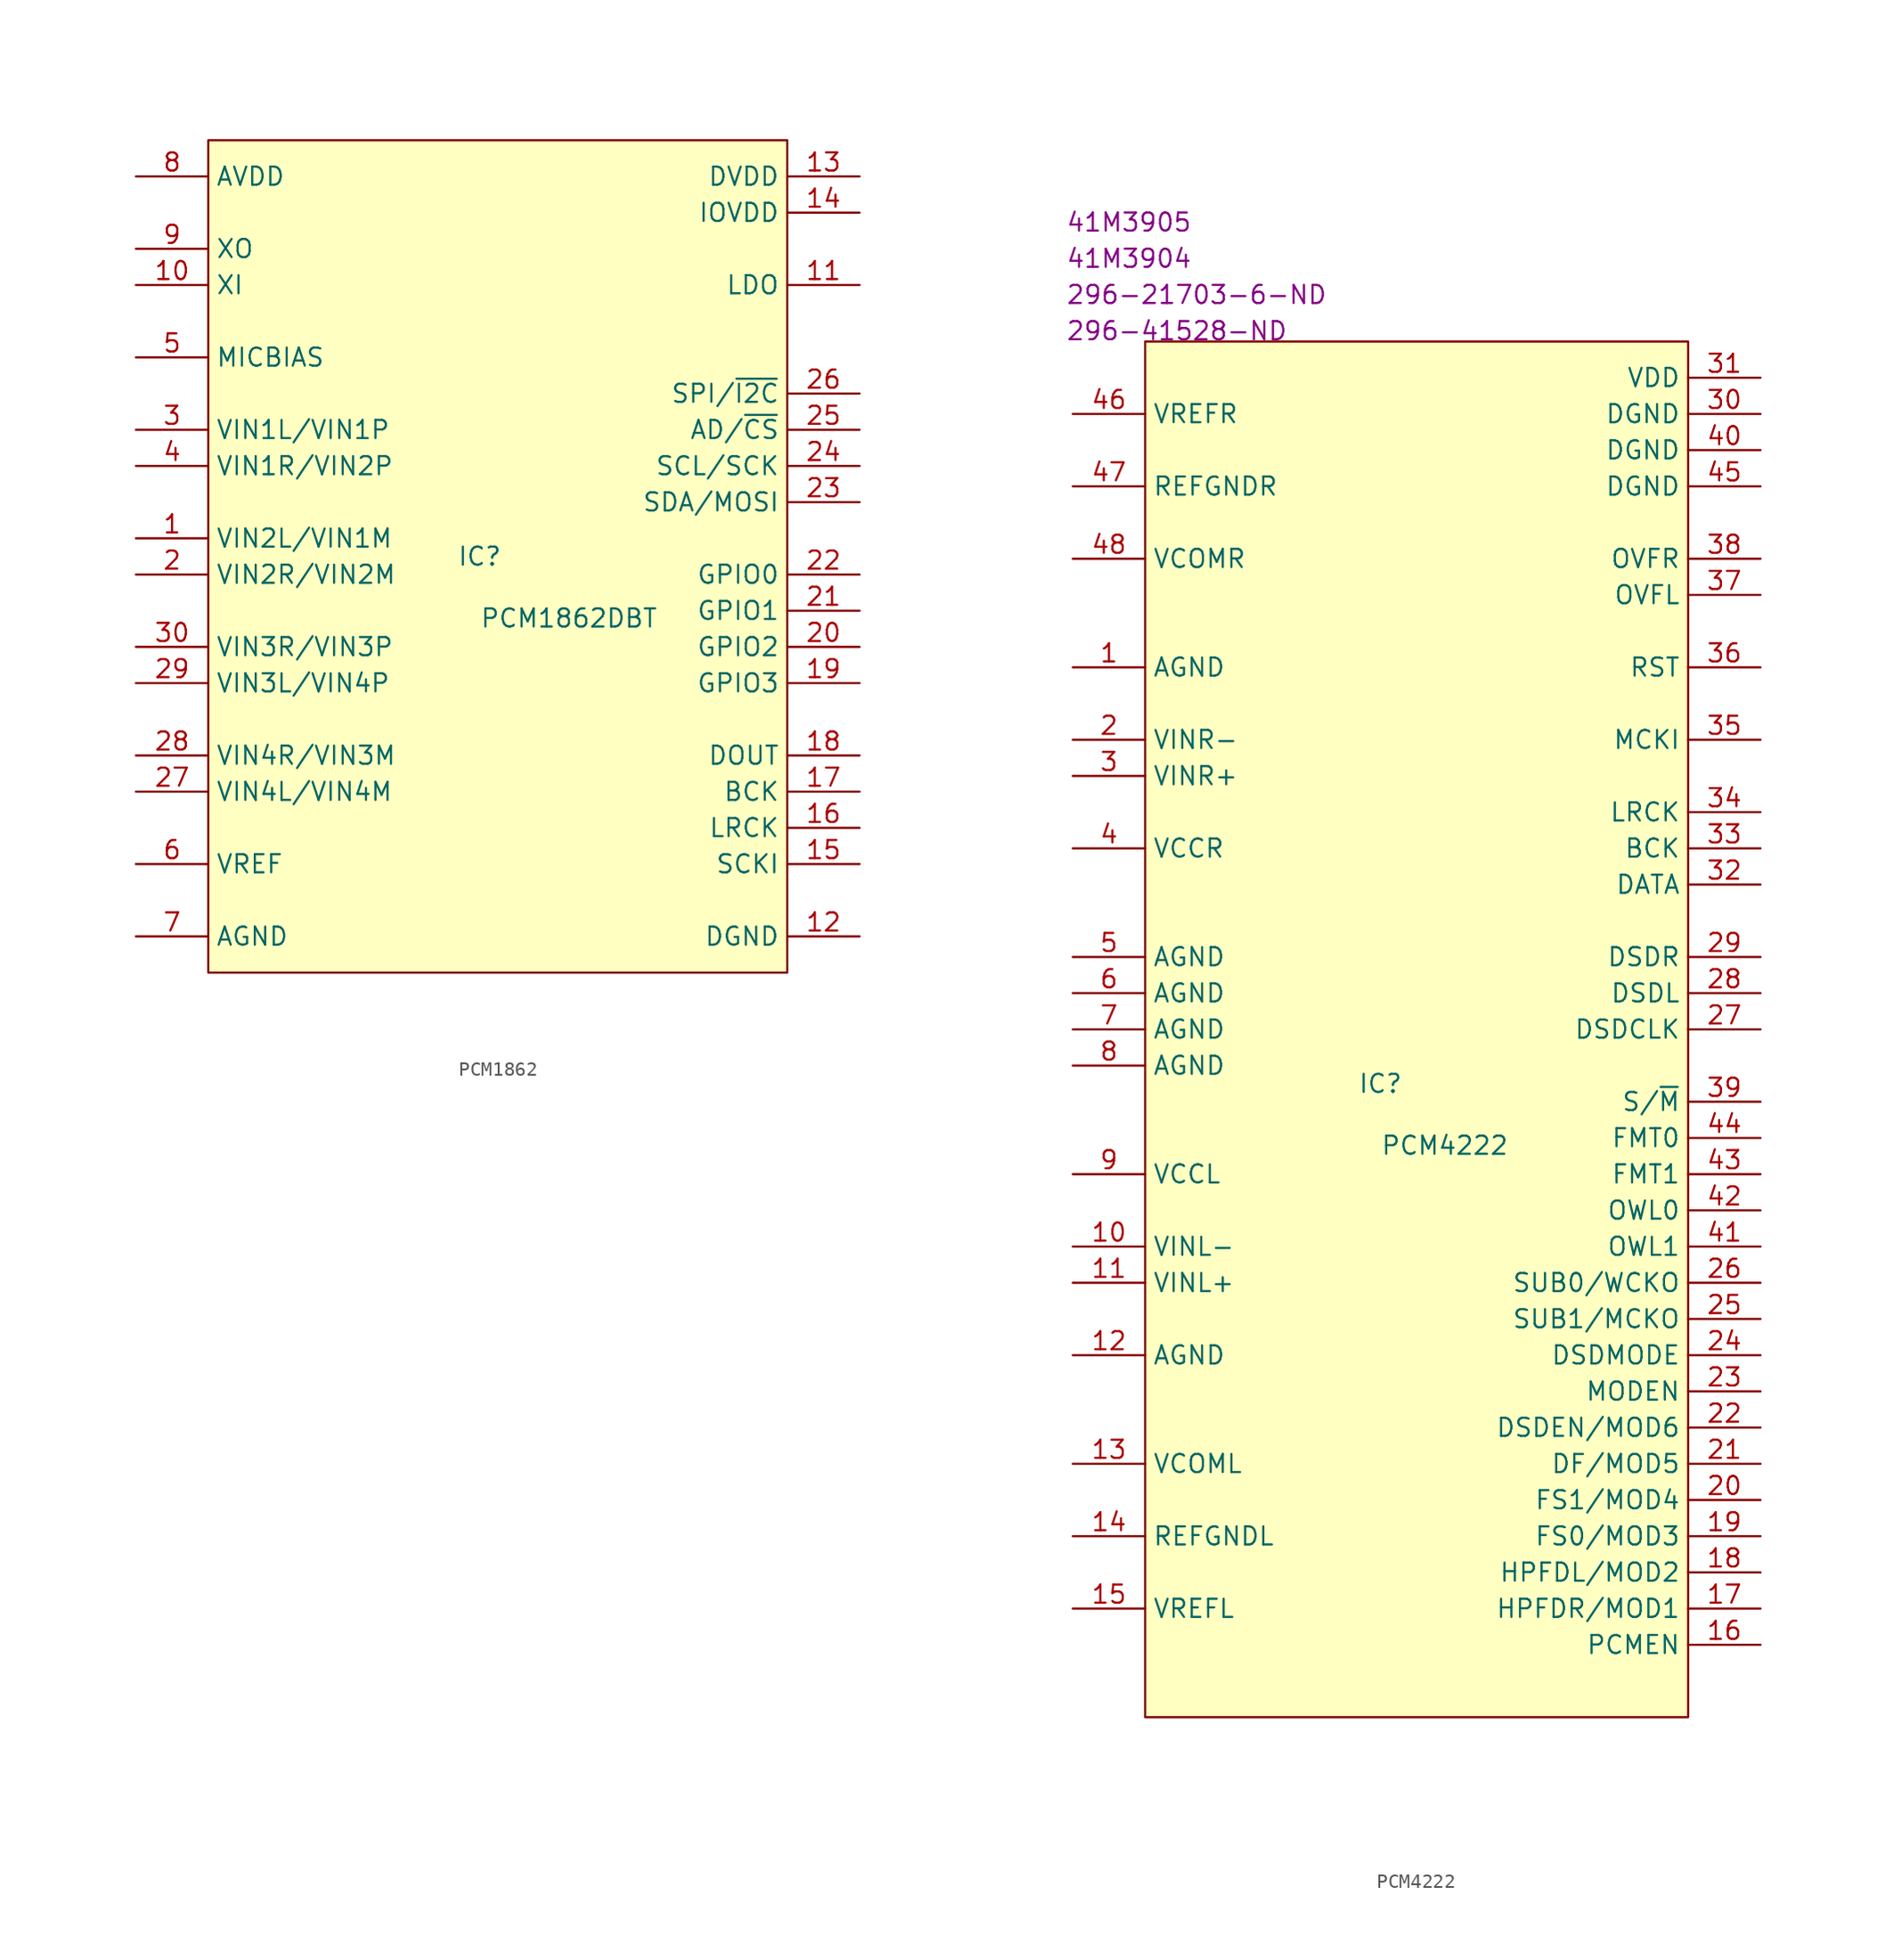
<source format=kicad_sym>
(kicad_symbol_lib
  (version 20231120)
  (generator "kicad_symbol_editor")
  (generator_version "8.0")
  (symbol "PCM1862"
    (property "Reference" "IC"
      (at -1.27 1.27 0)
      (effects (font (size 1.27 1.27))))
    (property "Value" "PCM1862DBT"
      (at -1.27 -3.81 0)
      (effects (font (size 1.27 1.27)) (justify left bottom)))
    (symbol "PCM1862_1_0"
      (rectangle (start -20.32 30.48) (end 20.32 -27.94) (stroke (width 0) (type solid) (color 128 0 0 1)) (fill (type background)))
      (pin passive line (at -25.4 2.54 0) (length 5.08) (name "VIN2L/VIN1M" (effects (font (size 1.27 1.27)))) (number "1" (effects (font (size 1.27 1.27)))))
      (pin passive line (at -25.4 20.32 0) (length 5.08) (name "XI" (effects (font (size 1.27 1.27)))) (number "10" (effects (font (size 1.27 1.27)))))
      (pin passive line (at 25.4 20.32 180) (length 5.08) (name "LDO" (effects (font (size 1.27 1.27)))) (number "11" (effects (font (size 1.27 1.27)))))
      (pin passive line (at 25.4 -25.4 180) (length 5.08) (name "DGND" (effects (font (size 1.27 1.27)))) (number "12" (effects (font (size 1.27 1.27)))))
      (pin passive line (at 25.4 27.94 180) (length 5.08) (name "DVDD" (effects (font (size 1.27 1.27)))) (number "13" (effects (font (size 1.27 1.27)))))
      (pin passive line (at 25.4 25.4 180) (length 5.08) (name "IOVDD" (effects (font (size 1.27 1.27)))) (number "14" (effects (font (size 1.27 1.27)))))
      (pin input line (at 25.4 -20.32 180) (length 5.08) (name "SCKI" (effects (font (size 1.27 1.27)))) (number "15" (effects (font (size 1.27 1.27)))))
      (pin bidirectional line (at 25.4 -17.78 180) (length 5.08) (name "LRCK" (effects (font (size 1.27 1.27)))) (number "16" (effects (font (size 1.27 1.27)))))
      (pin bidirectional line (at 25.4 -15.24 180) (length 5.08) (name "BCK" (effects (font (size 1.27 1.27)))) (number "17" (effects (font (size 1.27 1.27)))))
      (pin output line (at 25.4 -12.7 180) (length 5.08) (name "DOUT" (effects (font (size 1.27 1.27)))) (number "18" (effects (font (size 1.27 1.27)))))
      (pin bidirectional line (at 25.4 -7.62 180) (length 5.08) (name "GPIO3" (effects (font (size 1.27 1.27)))) (number "19" (effects (font (size 1.27 1.27)))))
      (pin passive line (at -25.4 0 0) (length 5.08) (name "VIN2R/VIN2M" (effects (font (size 1.27 1.27)))) (number "2" (effects (font (size 1.27 1.27)))))
      (pin bidirectional line (at 25.4 -5.08 180) (length 5.08) (name "GPIO2" (effects (font (size 1.27 1.27)))) (number "20" (effects (font (size 1.27 1.27)))))
      (pin bidirectional line (at 25.4 -2.54 180) (length 5.08) (name "GPIO1" (effects (font (size 1.27 1.27)))) (number "21" (effects (font (size 1.27 1.27)))))
      (pin bidirectional line (at 25.4 0 180) (length 5.08) (name "GPIO0" (effects (font (size 1.27 1.27)))) (number "22" (effects (font (size 1.27 1.27)))))
      (pin bidirectional line (at 25.4 5.08 180) (length 5.08) (name "SDA/MOSI" (effects (font (size 1.27 1.27)))) (number "23" (effects (font (size 1.27 1.27)))))
      (pin bidirectional line (at 25.4 7.62 180) (length 5.08) (name "SCL/SCK" (effects (font (size 1.27 1.27)))) (number "24" (effects (font (size 1.27 1.27)))))
      (pin bidirectional line (at 25.4 10.16 180) (length 5.08) (name "AD/~{CS}" (effects (font (size 1.27 1.27)))) (number "25" (effects (font (size 1.27 1.27)))))
      (pin input line (at 25.4 12.7 180) (length 5.08) (name "SPI/~{I2C}" (effects (font (size 1.27 1.27)))) (number "26" (effects (font (size 1.27 1.27)))))
      (pin passive line (at -25.4 -15.24 0) (length 5.08) (name "VIN4L/VIN4M" (effects (font (size 1.27 1.27)))) (number "27" (effects (font (size 1.27 1.27)))))
      (pin passive line (at -25.4 -12.7 0) (length 5.08) (name "VIN4R/VIN3M" (effects (font (size 1.27 1.27)))) (number "28" (effects (font (size 1.27 1.27)))))
      (pin passive line (at -25.4 -7.62 0) (length 5.08) (name "VIN3L/VIN4P" (effects (font (size 1.27 1.27)))) (number "29" (effects (font (size 1.27 1.27)))))
      (pin passive line (at -25.4 10.16 0) (length 5.08) (name "VIN1L/VIN1P" (effects (font (size 1.27 1.27)))) (number "3" (effects (font (size 1.27 1.27)))))
      (pin passive line (at -25.4 -5.08 0) (length 5.08) (name "VIN3R/VIN3P" (effects (font (size 1.27 1.27)))) (number "30" (effects (font (size 1.27 1.27)))))
      (pin passive line (at -25.4 7.62 0) (length 5.08) (name "VIN1R/VIN2P" (effects (font (size 1.27 1.27)))) (number "4" (effects (font (size 1.27 1.27)))))
      (pin passive line (at -25.4 15.24 0) (length 5.08) (name "MICBIAS" (effects (font (size 1.27 1.27)))) (number "5" (effects (font (size 1.27 1.27)))))
      (pin passive line (at -25.4 -20.32 0) (length 5.08) (name "VREF" (effects (font (size 1.27 1.27)))) (number "6" (effects (font (size 1.27 1.27)))))
      (pin passive line (at -25.4 -25.4 0) (length 5.08) (name "AGND" (effects (font (size 1.27 1.27)))) (number "7" (effects (font (size 1.27 1.27)))))
      (pin passive line (at -25.4 27.94 0) (length 5.08) (name "AVDD" (effects (font (size 1.27 1.27)))) (number "8" (effects (font (size 1.27 1.27)))))
      (pin passive line (at -25.4 22.86 0) (length 5.08) (name "XO" (effects (font (size 1.27 1.27)))) (number "9" (effects (font (size 1.27 1.27)))))))
  (symbol "PCM4222"
    (property "Reference" "IC"
      (at -1.27 1.27 0)
      (effects (font (size 1.27 1.27))))
    (property "Value" "PCM4222"
      (at -1.27 -3.81 0)
      (effects (font (size 1.27 1.27)) (justify left bottom)))
    (property "Supplier Part Number 1" "296-41528-ND"
      (at -23.368 53.34 0)
      (effects (font (size 1.27 1.27)) (justify left bottom)))
    (property "Supplier Part Number 2" "296-21703-6-ND"
      (at -23.368 55.88 0)
      (effects (font (size 1.27 1.27)) (justify left bottom)))
    (property "Supplier Part Number 3" "41M3904"
      (at -23.368 58.42 0)
      (effects (font (size 1.27 1.27)) (justify left bottom)))
    (property "Supplier Part Number 4" "41M3905"
      (at -23.368 60.96 0)
      (effects (font (size 1.27 1.27)) (justify left bottom)))
    (symbol "PCM4222_1_0"
      (rectangle (start -17.78 53.34) (end 20.32 -43.18) (stroke (width 0) (type solid) (color 128 0 0 1)) (fill (type background)))
      (pin passive line (at -22.86 30.48 0) (length 5.08) (name "AGND" (effects (font (size 1.27 1.27)))) (number "1" (effects (font (size 1.27 1.27)))))
      (pin input line (at -22.86 -10.16 0) (length 5.08) (name "VINL-" (effects (font (size 1.27 1.27)))) (number "10" (effects (font (size 1.27 1.27)))))
      (pin input line (at -22.86 -12.7 0) (length 5.08) (name "VINL+" (effects (font (size 1.27 1.27)))) (number "11" (effects (font (size 1.27 1.27)))))
      (pin passive line (at -22.86 -17.78 0) (length 5.08) (name "AGND" (effects (font (size 1.27 1.27)))) (number "12" (effects (font (size 1.27 1.27)))))
      (pin passive line (at -22.86 -25.4 0) (length 5.08) (name "VCOML" (effects (font (size 1.27 1.27)))) (number "13" (effects (font (size 1.27 1.27)))))
      (pin passive line (at -22.86 -30.48 0) (length 5.08) (name "REFGNDL" (effects (font (size 1.27 1.27)))) (number "14" (effects (font (size 1.27 1.27)))))
      (pin passive line (at -22.86 -35.56 0) (length 5.08) (name "VREFL" (effects (font (size 1.27 1.27)))) (number "15" (effects (font (size 1.27 1.27)))))
      (pin input line (at 25.4 -38.1 180) (length 5.08) (name "PCMEN" (effects (font (size 1.27 1.27)))) (number "16" (effects (font (size 1.27 1.27)))))
      (pin bidirectional line (at 25.4 -35.56 180) (length 5.08) (name "HPFDR/MOD1" (effects (font (size 1.27 1.27)))) (number "17" (effects (font (size 1.27 1.27)))))
      (pin bidirectional line (at 25.4 -33.02 180) (length 5.08) (name "HPFDL/MOD2" (effects (font (size 1.27 1.27)))) (number "18" (effects (font (size 1.27 1.27)))))
      (pin bidirectional line (at 25.4 -30.48 180) (length 5.08) (name "FS0/MOD3" (effects (font (size 1.27 1.27)))) (number "19" (effects (font (size 1.27 1.27)))))
      (pin input line (at -22.86 25.4 0) (length 5.08) (name "VINR-" (effects (font (size 1.27 1.27)))) (number "2" (effects (font (size 1.27 1.27)))))
      (pin bidirectional line (at 25.4 -27.94 180) (length 5.08) (name "FS1/MOD4" (effects (font (size 1.27 1.27)))) (number "20" (effects (font (size 1.27 1.27)))))
      (pin bidirectional line (at 25.4 -25.4 180) (length 5.08) (name "DF/MOD5" (effects (font (size 1.27 1.27)))) (number "21" (effects (font (size 1.27 1.27)))))
      (pin bidirectional line (at 25.4 -22.86 180) (length 5.08) (name "DSDEN/MOD6" (effects (font (size 1.27 1.27)))) (number "22" (effects (font (size 1.27 1.27)))))
      (pin input line (at 25.4 -20.32 180) (length 5.08) (name "MODEN" (effects (font (size 1.27 1.27)))) (number "23" (effects (font (size 1.27 1.27)))))
      (pin input line (at 25.4 -17.78 180) (length 5.08) (name "DSDMODE" (effects (font (size 1.27 1.27)))) (number "24" (effects (font (size 1.27 1.27)))))
      (pin bidirectional line (at 25.4 -15.24 180) (length 5.08) (name "SUB1/MCKO" (effects (font (size 1.27 1.27)))) (number "25" (effects (font (size 1.27 1.27)))))
      (pin bidirectional line (at 25.4 -12.7 180) (length 5.08) (name "SUB0/WCKO" (effects (font (size 1.27 1.27)))) (number "26" (effects (font (size 1.27 1.27)))))
      (pin output line (at 25.4 5.08 180) (length 5.08) (name "DSDCLK" (effects (font (size 1.27 1.27)))) (number "27" (effects (font (size 1.27 1.27)))))
      (pin output line (at 25.4 7.62 180) (length 5.08) (name "DSDL" (effects (font (size 1.27 1.27)))) (number "28" (effects (font (size 1.27 1.27)))))
      (pin output line (at 25.4 10.16 180) (length 5.08) (name "DSDR" (effects (font (size 1.27 1.27)))) (number "29" (effects (font (size 1.27 1.27)))))
      (pin input line (at -22.86 22.86 0) (length 5.08) (name "VINR+" (effects (font (size 1.27 1.27)))) (number "3" (effects (font (size 1.27 1.27)))))
      (pin passive line (at 25.4 48.26 180) (length 5.08) (name "DGND" (effects (font (size 1.27 1.27)))) (number "30" (effects (font (size 1.27 1.27)))))
      (pin passive line (at 25.4 50.8 180) (length 5.08) (name "VDD" (effects (font (size 1.27 1.27)))) (number "31" (effects (font (size 1.27 1.27)))))
      (pin output line (at 25.4 15.24 180) (length 5.08) (name "DATA" (effects (font (size 1.27 1.27)))) (number "32" (effects (font (size 1.27 1.27)))))
      (pin bidirectional line (at 25.4 17.78 180) (length 5.08) (name "BCK" (effects (font (size 1.27 1.27)))) (number "33" (effects (font (size 1.27 1.27)))))
      (pin bidirectional line (at 25.4 20.32 180) (length 5.08) (name "LRCK" (effects (font (size 1.27 1.27)))) (number "34" (effects (font (size 1.27 1.27)))))
      (pin input line (at 25.4 25.4 180) (length 5.08) (name "MCKI" (effects (font (size 1.27 1.27)))) (number "35" (effects (font (size 1.27 1.27)))))
      (pin input line (at 25.4 30.48 180) (length 5.08) (name "RST" (effects (font (size 1.27 1.27)))) (number "36" (effects (font (size 1.27 1.27)))))
      (pin output line (at 25.4 35.56 180) (length 5.08) (name "OVFL" (effects (font (size 1.27 1.27)))) (number "37" (effects (font (size 1.27 1.27)))))
      (pin output line (at 25.4 38.1 180) (length 5.08) (name "OVFR" (effects (font (size 1.27 1.27)))) (number "38" (effects (font (size 1.27 1.27)))))
      (pin input line (at 25.4 0 180) (length 5.08) (name "S/~{M}" (effects (font (size 1.27 1.27)))) (number "39" (effects (font (size 1.27 1.27)))))
      (pin passive line (at -22.86 17.78 0) (length 5.08) (name "VCCR" (effects (font (size 1.27 1.27)))) (number "4" (effects (font (size 1.27 1.27)))))
      (pin passive line (at 25.4 45.72 180) (length 5.08) (name "DGND" (effects (font (size 1.27 1.27)))) (number "40" (effects (font (size 1.27 1.27)))))
      (pin input line (at 25.4 -10.16 180) (length 5.08) (name "OWL1" (effects (font (size 1.27 1.27)))) (number "41" (effects (font (size 1.27 1.27)))))
      (pin input line (at 25.4 -7.62 180) (length 5.08) (name "OWL0" (effects (font (size 1.27 1.27)))) (number "42" (effects (font (size 1.27 1.27)))))
      (pin input line (at 25.4 -5.08 180) (length 5.08) (name "FMT1" (effects (font (size 1.27 1.27)))) (number "43" (effects (font (size 1.27 1.27)))))
      (pin input line (at 25.4 -2.54 180) (length 5.08) (name "FMT0" (effects (font (size 1.27 1.27)))) (number "44" (effects (font (size 1.27 1.27)))))
      (pin passive line (at 25.4 43.18 180) (length 5.08) (name "DGND" (effects (font (size 1.27 1.27)))) (number "45" (effects (font (size 1.27 1.27)))))
      (pin passive line (at -22.86 48.26 0) (length 5.08) (name "VREFR" (effects (font (size 1.27 1.27)))) (number "46" (effects (font (size 1.27 1.27)))))
      (pin passive line (at -22.86 43.18 0) (length 5.08) (name "REFGNDR" (effects (font (size 1.27 1.27)))) (number "47" (effects (font (size 1.27 1.27)))))
      (pin passive line (at -22.86 38.1 0) (length 5.08) (name "VCOMR" (effects (font (size 1.27 1.27)))) (number "48" (effects (font (size 1.27 1.27)))))
      (pin passive line (at -22.86 10.16 0) (length 5.08) (name "AGND" (effects (font (size 1.27 1.27)))) (number "5" (effects (font (size 1.27 1.27)))))
      (pin passive line (at -22.86 7.62 0) (length 5.08) (name "AGND" (effects (font (size 1.27 1.27)))) (number "6" (effects (font (size 1.27 1.27)))))
      (pin passive line (at -22.86 5.08 0) (length 5.08) (name "AGND" (effects (font (size 1.27 1.27)))) (number "7" (effects (font (size 1.27 1.27)))))
      (pin passive line (at -22.86 2.54 0) (length 5.08) (name "AGND" (effects (font (size 1.27 1.27)))) (number "8" (effects (font (size 1.27 1.27)))))
      (pin passive line (at -22.86 -5.08 0) (length 5.08) (name "VCCL" (effects (font (size 1.27 1.27)))) (number "9" (effects (font (size 1.27 1.27))))))))
</source>
